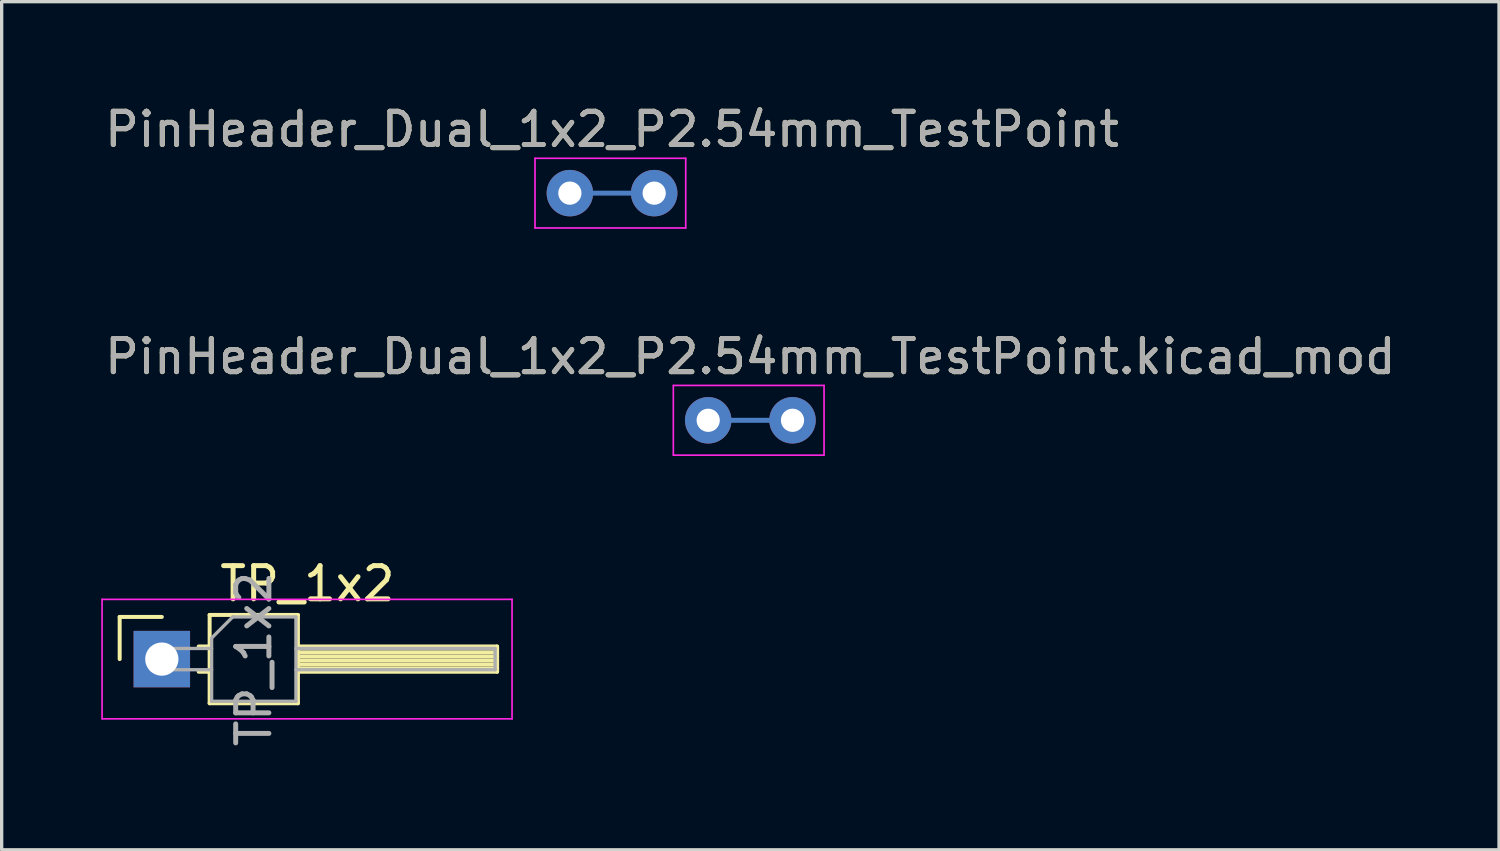
<source format=kicad_pcb>
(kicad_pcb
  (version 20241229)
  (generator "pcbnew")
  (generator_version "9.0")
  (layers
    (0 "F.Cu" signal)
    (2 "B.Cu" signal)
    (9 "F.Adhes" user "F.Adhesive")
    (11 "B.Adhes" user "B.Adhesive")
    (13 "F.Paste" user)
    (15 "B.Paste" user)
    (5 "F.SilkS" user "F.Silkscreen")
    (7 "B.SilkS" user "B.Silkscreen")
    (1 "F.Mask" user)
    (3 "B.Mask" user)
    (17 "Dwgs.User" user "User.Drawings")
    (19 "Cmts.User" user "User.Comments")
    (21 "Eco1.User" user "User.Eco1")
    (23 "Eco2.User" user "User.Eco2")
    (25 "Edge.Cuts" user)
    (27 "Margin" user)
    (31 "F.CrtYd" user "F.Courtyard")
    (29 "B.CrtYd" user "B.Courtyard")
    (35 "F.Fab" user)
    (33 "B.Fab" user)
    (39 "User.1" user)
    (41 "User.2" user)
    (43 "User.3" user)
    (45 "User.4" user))
  (footprint "PinHeader_Dual_1x2_P2.54mm_TestPoint"
    (layer "F.Cu")
    (at 14.117 2.768)
    (property "Reference" "PinHeader_Dual_1x2_P2.54mm_TestPoint" (at 1.27 -1.92 0) (layer "F.SilkS") (effects (font (size 1 1) (thickness 0.15))))
    (attr through_hole)
    (fp_line (start 0 0) (end 2.54 0) (stroke (width 0.15) (type solid)) (layer "B.Cu"))
    (fp_line (start -1.05 -1.05) (end -1.05 1.05) (stroke (width 0.05) (type solid)) (layer "F.CrtYd"))
    (fp_line (start -1.05 1.05) (end 3.49 1.05) (stroke (width 0.05) (type solid)) (layer "F.CrtYd"))
    (fp_line (start 3.49 -1.05) (end -1.05 -1.05) (stroke (width 0.05) (type solid)) (layer "F.CrtYd"))
    (fp_line (start 3.49 1.05) (end 3.49 -1.05) (stroke (width 0.05) (type solid)) (layer "F.CrtYd"))
    (fp_text user "${REFERENCE}" (at 1.27 -1.92 0) (layer "F.Fab") (effects (font (size 1 1) (thickness 0.15))))
    (pad "1" thru_hole circle (at 0 0) (size 1.4 1.4) (drill 0.7) (layers "*.Cu" "*.Mask"))
    (pad "2" thru_hole oval (at 2.54 0) (size 1.4 1.4) (drill 0.7) (layers "*.Cu" "*.Mask")))
  (footprint "TP_1x2"
    (layer "F.Cu")
    (at 1.825 16.805)
    (property "Reference" "TP_1x2" (at 4.385 -2.27 0) (layer "F.SilkS") (effects (font (size 1 1) (thickness 0.15))))
    (attr through_hole)
    (fp_line (start -1.27 -1.27) (end 0 -1.27) (stroke (width 0.12) (type solid)) (layer "F.SilkS"))
    (fp_line (start -1.27 0) (end -1.27 -1.27) (stroke (width 0.12) (type solid)) (layer "F.SilkS"))
    (fp_line (start 1.11 -0.38) (end 1.44 -0.38) (stroke (width 0.12) (type solid)) (layer "F.SilkS"))
    (fp_line (start 1.11 0.38) (end 1.44 0.38) (stroke (width 0.12) (type solid)) (layer "F.SilkS"))
    (fp_line (start 1.44 -1.33) (end 1.44 1.33) (stroke (width 0.12) (type solid)) (layer "F.SilkS"))
    (fp_line (start 1.44 1.33) (end 4.1 1.33) (stroke (width 0.12) (type solid)) (layer "F.SilkS"))
    (fp_line (start 4.1 -1.33) (end 1.44 -1.33) (stroke (width 0.12) (type solid)) (layer "F.SilkS"))
    (fp_line (start 4.1 -0.38) (end 10.1 -0.38) (stroke (width 0.12) (type solid)) (layer "F.SilkS"))
    (fp_line (start 4.1 -0.32) (end 10.1 -0.32) (stroke (width 0.12) (type solid)) (layer "F.SilkS"))
    (fp_line (start 4.1 -0.2) (end 10.1 -0.2) (stroke (width 0.12) (type solid)) (layer "F.SilkS"))
    (fp_line (start 4.1 -0.08) (end 10.1 -0.08) (stroke (width 0.12) (type solid)) (layer "F.SilkS"))
    (fp_line (start 4.1 0.04) (end 10.1 0.04) (stroke (width 0.12) (type solid)) (layer "F.SilkS"))
    (fp_line (start 4.1 0.16) (end 10.1 0.16) (stroke (width 0.12) (type solid)) (layer "F.SilkS"))
    (fp_line (start 4.1 0.28) (end 10.1 0.28) (stroke (width 0.12) (type solid)) (layer "F.SilkS"))
    (fp_line (start 4.1 1.33) (end 4.1 -1.33) (stroke (width 0.12) (type solid)) (layer "F.SilkS"))
    (fp_line (start 10.1 -0.38) (end 10.1 0.38) (stroke (width 0.12) (type solid)) (layer "F.SilkS"))
    (fp_line (start 10.1 0.38) (end 4.1 0.38) (stroke (width 0.12) (type solid)) (layer "F.SilkS"))
    (fp_line (start -1.8 -1.8) (end -1.8 1.8) (stroke (width 0.05) (type solid)) (layer "F.CrtYd"))
    (fp_line (start -1.8 1.8) (end 10.55 1.8) (stroke (width 0.05) (type solid)) (layer "F.CrtYd"))
    (fp_line (start 10.55 -1.8) (end -1.8 -1.8) (stroke (width 0.05) (type solid)) (layer "F.CrtYd"))
    (fp_line (start 10.55 1.8) (end 10.55 -1.8) (stroke (width 0.05) (type solid)) (layer "F.CrtYd"))
    (fp_line (start -0.32 -0.32) (end -0.32 0.32) (stroke (width 0.1) (type solid)) (layer "F.Fab"))
    (fp_line (start -0.32 -0.32) (end 1.5 -0.32) (stroke (width 0.1) (type solid)) (layer "F.Fab"))
    (fp_line (start -0.32 0.32) (end 1.5 0.32) (stroke (width 0.1) (type solid)) (layer "F.Fab"))
    (fp_line (start 1.5 -0.635) (end 2.135 -1.27) (stroke (width 0.1) (type solid)) (layer "F.Fab"))
    (fp_line (start 1.5 1.27) (end 1.5 -0.635) (stroke (width 0.1) (type solid)) (layer "F.Fab"))
    (fp_line (start 2.135 -1.27) (end 4.04 -1.27) (stroke (width 0.1) (type solid)) (layer "F.Fab"))
    (fp_line (start 4.04 -1.27) (end 4.04 1.27) (stroke (width 0.1) (type solid)) (layer "F.Fab"))
    (fp_line (start 4.04 -0.32) (end 10.04 -0.32) (stroke (width 0.1) (type solid)) (layer "F.Fab"))
    (fp_line (start 4.04 0.32) (end 10.04 0.32) (stroke (width 0.1) (type solid)) (layer "F.Fab"))
    (fp_line (start 4.04 1.27) (end 1.5 1.27) (stroke (width 0.1) (type solid)) (layer "F.Fab"))
    (fp_line (start 10.04 -0.32) (end 10.04 0.32) (stroke (width 0.1) (type solid)) (layer "F.Fab"))
    (fp_text user "${REFERENCE}" (at 2.77 0 90) (layer "F.Fab") (effects (font (size 1 1) (thickness 0.15))))
    (pad "1" thru_hole rect (at 0 0) (size 1.7 1.7) (drill 1) (layers "*.Cu" "*.Mask")))
  (footprint "PinHeader_Dual_1x2_P2.54mm_TestPoint.kicad_mod"
    (layer "F.Cu")
    (at 18.284 9.611)
    (property "Reference" "PinHeader_Dual_1x2_P2.54mm_TestPoint.kicad_mod" (at 1.27 -1.92 0) (layer "F.SilkS") (effects (font (size 1 1) (thickness 0.15))))
    (attr through_hole)
    (fp_line (start 0 0) (end 2.54 0) (stroke (width 0.15) (type solid)) (layer "B.Cu"))
    (fp_line (start -1.05 -1.05) (end -1.05 1.05) (stroke (width 0.05) (type solid)) (layer "F.CrtYd"))
    (fp_line (start -1.05 1.05) (end 3.49 1.05) (stroke (width 0.05) (type solid)) (layer "F.CrtYd"))
    (fp_line (start 3.49 -1.05) (end -1.05 -1.05) (stroke (width 0.05) (type solid)) (layer "F.CrtYd"))
    (fp_line (start 3.49 1.05) (end 3.49 -1.05) (stroke (width 0.05) (type solid)) (layer "F.CrtYd"))
    (fp_text user "${REFERENCE}" (at 1.27 -1.92 0) (layer "F.Fab") (effects (font (size 1 1) (thickness 0.15))))
    (pad "1" thru_hole circle (at 0 0) (size 1.4 1.4) (drill 0.7) (layers "*.Cu" "*.Mask"))
    (pad "2" thru_hole oval (at 2.54 0) (size 1.4 1.4) (drill 0.7) (layers "*.Cu" "*.Mask")))
  (gr_rect
    (start -3 -3)
    (end 42.107 22.549)
    (stroke (width 0.1) (type default))
    (fill no)
    (layer "Edge.Cuts")))
</source>
